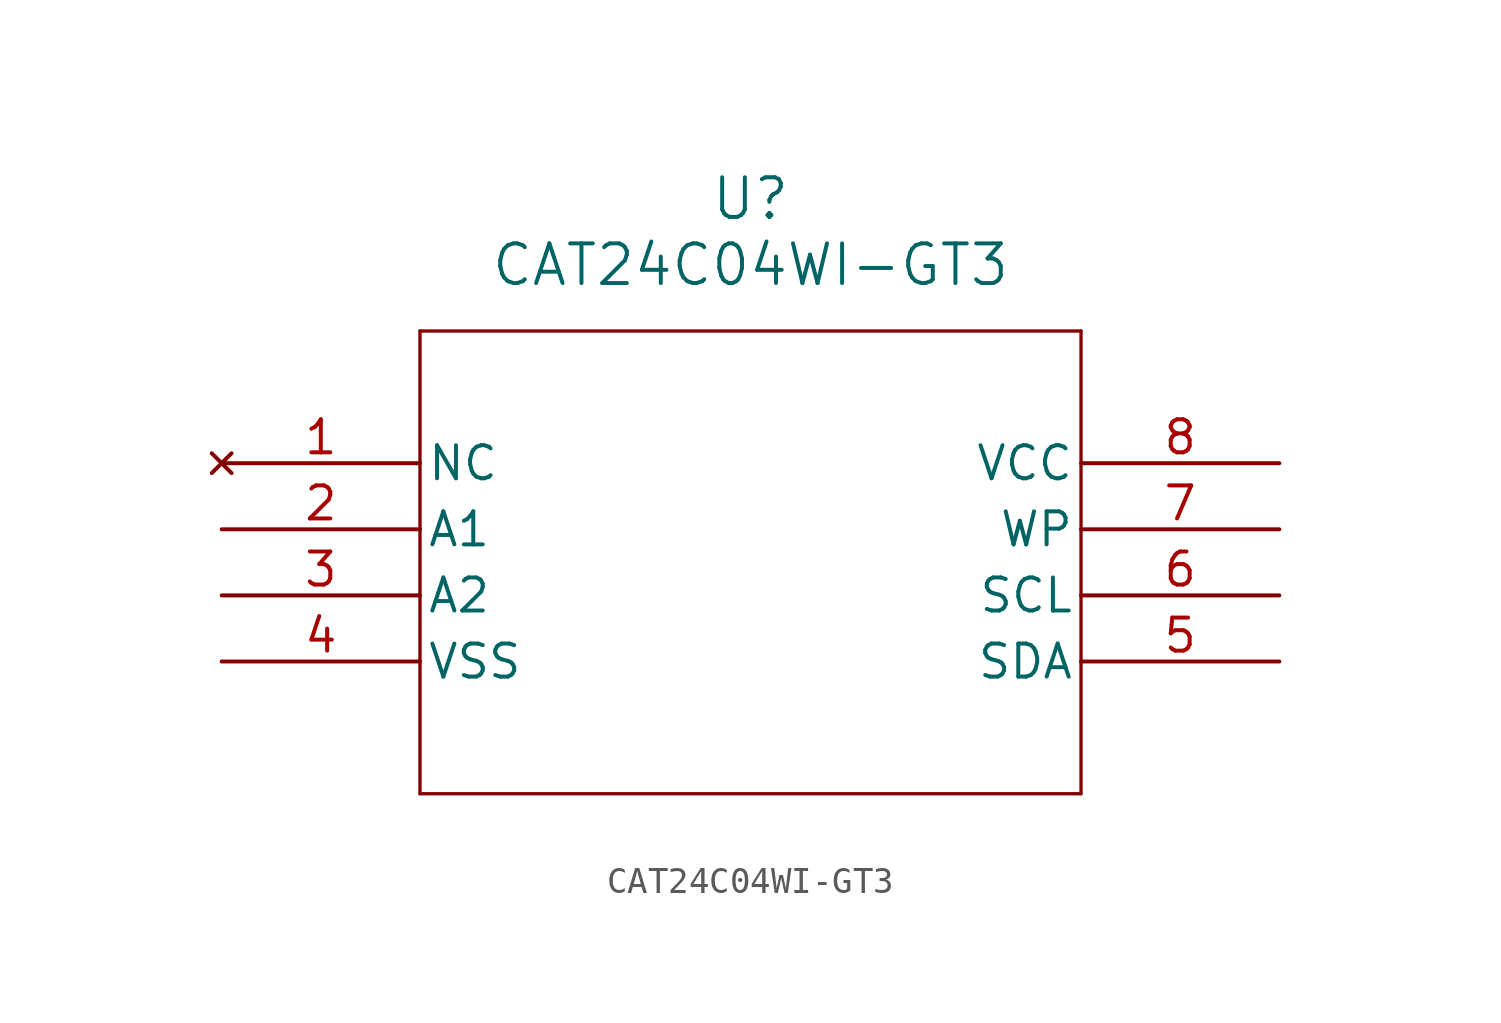
<source format=kicad_sym>
(kicad_symbol_lib
  (version 20241209)
  (generator "kicad_symbol_editor")
  (generator_version "9.0")
  (symbol "CAT24C04WI-GT3"
    (pin_names
      (offset 0.254))
    (property "Reference" "U"
      (at 20.32 10.16 0)
      (effects (font (size 1.524 1.524))))
    (property "Value" "CAT24C04WI-GT3"
      (at 20.32 7.62 0)
      (effects (font (size 1.524 1.524))))
    (symbol "CAT24C04WI-GT3_0_1"
      (polyline (pts (xy 7.62 5.08) (xy 7.62 -12.7)) (stroke (width 0.127) (type default)) (fill (type none)))
      (polyline (pts (xy 7.62 -12.7) (xy 33.02 -12.7)) (stroke (width 0.127) (type default)) (fill (type none)))
      (polyline (pts (xy 33.02 5.08) (xy 7.62 5.08)) (stroke (width 0.127) (type default)) (fill (type none)))
      (polyline (pts (xy 33.02 -12.7) (xy 33.02 5.08)) (stroke (width 0.127) (type default)) (fill (type none)))
      (pin no_connect line (at 0 0 0) (length 7.62) (name "NC" (effects (font (size 1.27 1.27)))) (number "1" (effects (font (size 1.27 1.27)))))
      (pin input line (at 0 -2.54 0) (length 7.62) (name "A1" (effects (font (size 1.27 1.27)))) (number "2" (effects (font (size 1.27 1.27)))))
      (pin input line (at 0 -5.08 0) (length 7.62) (name "A2" (effects (font (size 1.27 1.27)))) (number "3" (effects (font (size 1.27 1.27)))))
      (pin power_in line (at 0 -7.62 0) (length 7.62) (name "VSS" (effects (font (size 1.27 1.27)))) (number "4" (effects (font (size 1.27 1.27)))))
      (pin power_in line (at 40.64 0 180) (length 7.62) (name "VCC" (effects (font (size 1.27 1.27)))) (number "8" (effects (font (size 1.27 1.27)))))
      (pin unspecified line (at 40.64 -2.54 180) (length 7.62) (name "WP" (effects (font (size 1.27 1.27)))) (number "7" (effects (font (size 1.27 1.27)))))
      (pin input line (at 40.64 -5.08 180) (length 7.62) (name "SCL" (effects (font (size 1.27 1.27)))) (number "6" (effects (font (size 1.27 1.27)))))
      (pin bidirectional line (at 40.64 -7.62 180) (length 7.62) (name "SDA" (effects (font (size 1.27 1.27)))) (number "5" (effects (font (size 1.27 1.27))))))))
</source>
